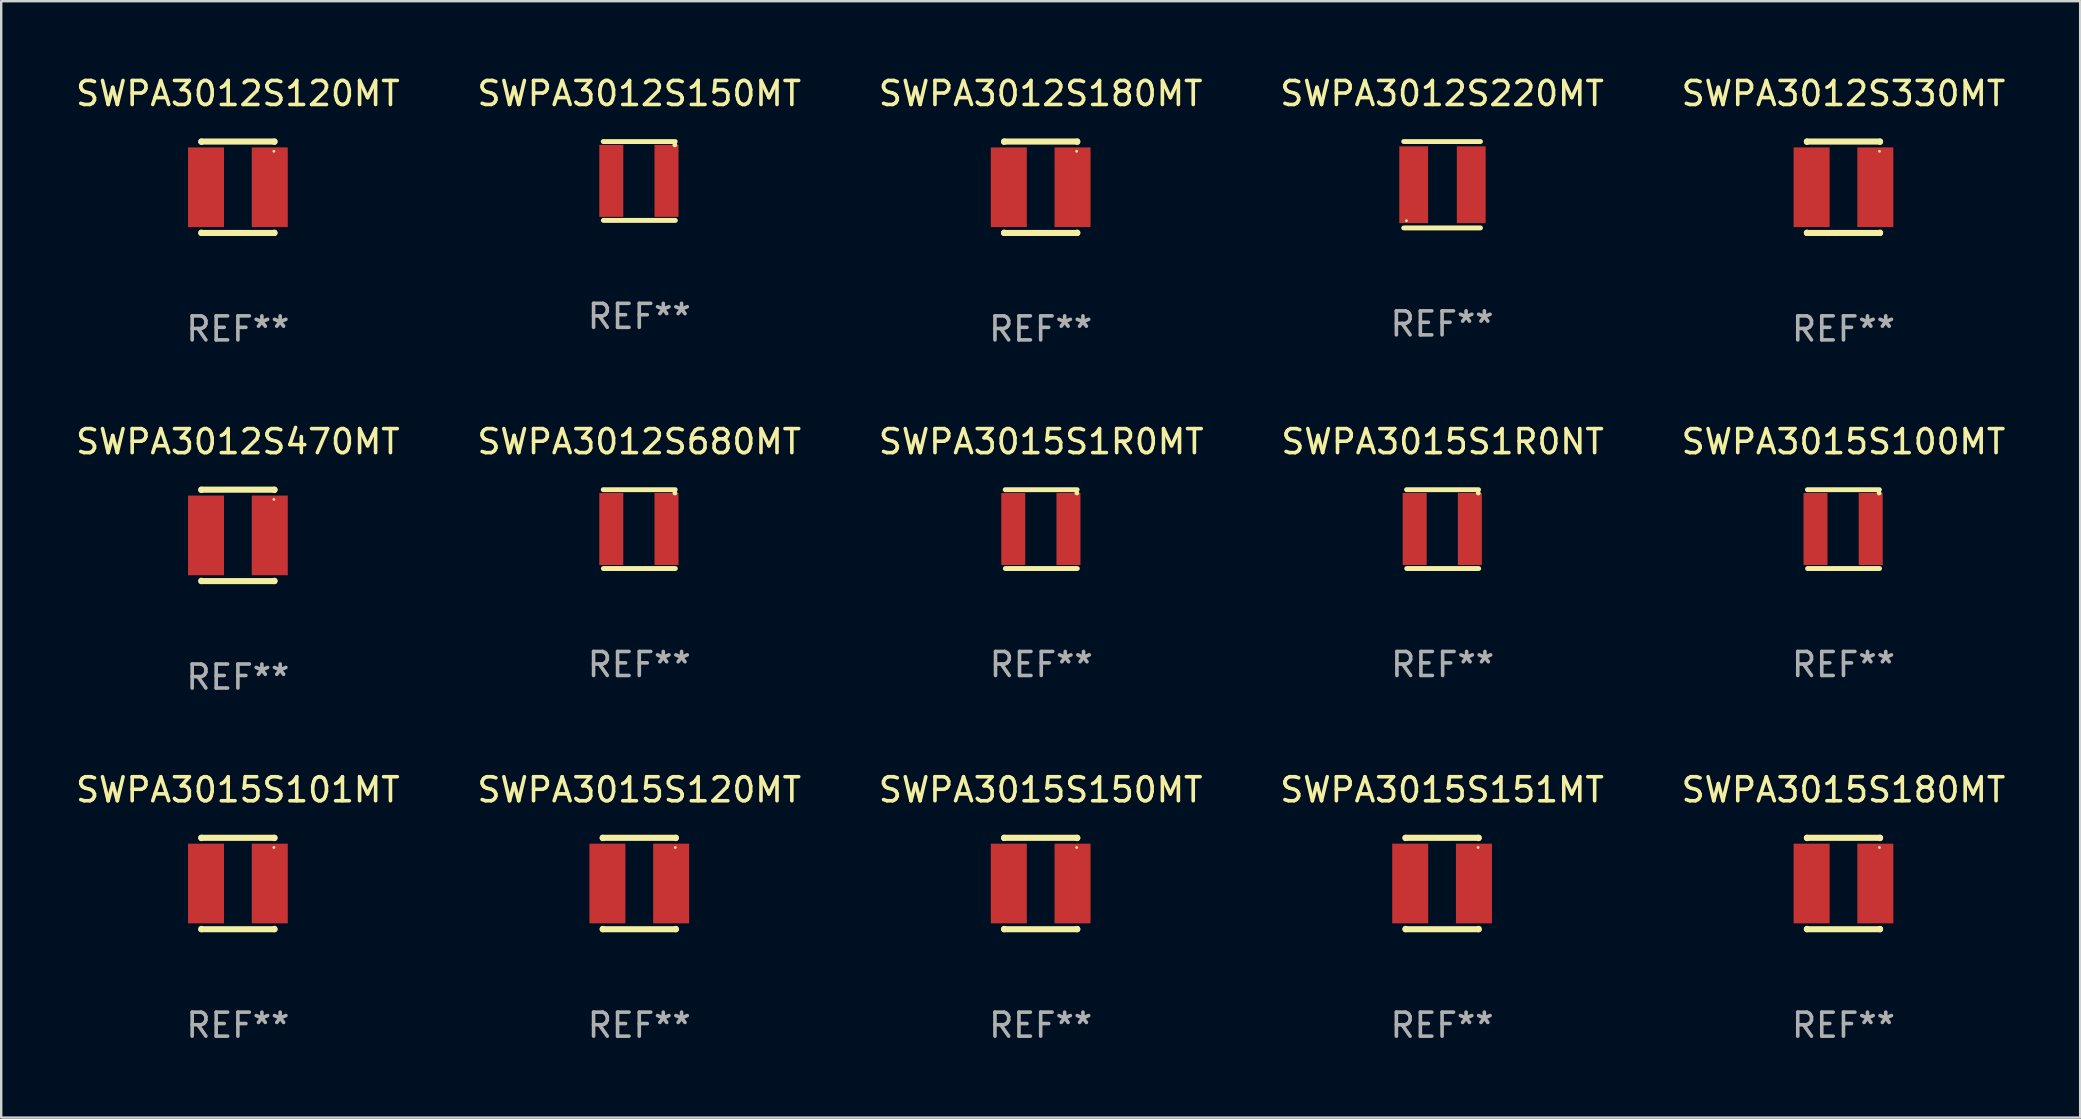
<source format=kicad_pcb>
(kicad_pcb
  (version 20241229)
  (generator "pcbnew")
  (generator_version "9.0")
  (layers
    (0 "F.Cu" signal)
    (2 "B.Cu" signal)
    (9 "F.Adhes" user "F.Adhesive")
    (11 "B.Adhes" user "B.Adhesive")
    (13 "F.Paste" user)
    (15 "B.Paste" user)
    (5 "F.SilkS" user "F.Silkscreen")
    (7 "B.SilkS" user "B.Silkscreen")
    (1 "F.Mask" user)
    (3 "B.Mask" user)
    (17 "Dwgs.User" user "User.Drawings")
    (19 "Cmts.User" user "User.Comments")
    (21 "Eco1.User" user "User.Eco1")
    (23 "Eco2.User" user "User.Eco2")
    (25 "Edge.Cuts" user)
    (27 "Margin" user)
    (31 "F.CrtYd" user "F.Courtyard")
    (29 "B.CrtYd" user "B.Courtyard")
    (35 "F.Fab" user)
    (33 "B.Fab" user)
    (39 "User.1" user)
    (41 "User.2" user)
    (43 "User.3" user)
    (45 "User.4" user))
  (footprint "SWPA3012S220MT"
    (layer "F.Cu")
    (at 57.042 4.648)
    (property "Reference" "SWPA3012S220MT" (at 0 -3.8 0) (layer "F.SilkS") (effects (font (size 1 1) (thickness 0.15))))
    (attr through_hole)
    (fp_line (start -1.6 -1.8) (end 1.6 -1.8) (stroke (width 0.203) (type solid)) (layer "F.SilkS"))
    (fp_line (start -1.6 1.8) (end 1.6 1.8) (stroke (width 0.203) (type solid)) (layer "F.SilkS"))
    (fp_circle (center -1.484 1.5) (end -1.454 1.5) (stroke (width 0.06) (type solid)) (fill no) (layer "F.SilkS"))
    (fp_text user "REF**" (at 0 5.8 0) (layer "F.Fab") (effects (font (size 1 1) (thickness 0.15))))
    (pad "1" smd rect (at -1.184 0 180) (size 1.2 3.2) (layers "F.Cu" "F.Mask" "F.Paste"))
    (pad "2" smd rect (at 1.215 0 180) (size 1.2 3.2) (layers "F.Cu" "F.Mask" "F.Paste")))
  (footprint "SWPA3015S101MT"
    (layer "F.Cu")
    (at 6.863 33.766)
    (property "Reference" "SWPA3015S101MT" (at 0 -3.905 0) (layer "F.SilkS") (effects (font (size 1 1) (thickness 0.15))))
    (attr through_hole)
    (fp_line (start -1.524 -1.905) (end 1.524 -1.905) (stroke (width 0.254) (type solid)) (layer "F.SilkS"))
    (fp_line (start -1.524 -1.891) (end -1.524 -1.905) (stroke (width 0.254) (type solid)) (layer "F.SilkS"))
    (fp_line (start -1.524 1.905) (end -1.524 1.891) (stroke (width 0.254) (type solid)) (layer "F.SilkS"))
    (fp_line (start -1.524 1.905) (end 1.524 1.905) (stroke (width 0.254) (type solid)) (layer "F.SilkS"))
    (fp_line (start 1.524 -1.905) (end 1.524 -1.891) (stroke (width 0.254) (type solid)) (layer "F.SilkS"))
    (fp_line (start 1.524 1.891) (end 1.524 1.905) (stroke (width 0.254) (type solid)) (layer "F.SilkS"))
    (fp_circle (center 1.5 -1.5) (end 1.53 -1.5) (stroke (width 0.06) (type solid)) (fill no) (layer "F.SilkS"))
    (fp_text user "REF**" (at 0 5.905 0) (layer "F.Fab") (effects (font (size 1 1) (thickness 0.15))))
    (pad "1" smd rect (at 1.328 0) (size 1.5 3.32) (layers "F.Cu" "F.Mask" "F.Paste"))
    (pad "2" smd rect (at -1.328 0) (size 1.5 3.32) (layers "F.Cu" "F.Mask" "F.Paste")))
  (footprint "SWPA3015S150MT"
    (layer "F.Cu")
    (at 40.315 33.766)
    (property "Reference" "SWPA3015S150MT" (at 0 -3.905 0) (layer "F.SilkS") (effects (font (size 1 1) (thickness 0.15))))
    (attr through_hole)
    (fp_line (start -1.524 -1.905) (end 1.524 -1.905) (stroke (width 0.254) (type solid)) (layer "F.SilkS"))
    (fp_line (start -1.524 -1.891) (end -1.524 -1.905) (stroke (width 0.254) (type solid)) (layer "F.SilkS"))
    (fp_line (start -1.524 1.905) (end -1.524 1.891) (stroke (width 0.254) (type solid)) (layer "F.SilkS"))
    (fp_line (start -1.524 1.905) (end 1.524 1.905) (stroke (width 0.254) (type solid)) (layer "F.SilkS"))
    (fp_line (start 1.524 -1.905) (end 1.524 -1.891) (stroke (width 0.254) (type solid)) (layer "F.SilkS"))
    (fp_line (start 1.524 1.891) (end 1.524 1.905) (stroke (width 0.254) (type solid)) (layer "F.SilkS"))
    (fp_circle (center 1.5 -1.5) (end 1.53 -1.5) (stroke (width 0.06) (type solid)) (fill no) (layer "F.SilkS"))
    (fp_text user "REF**" (at 0 5.905 0) (layer "F.Fab") (effects (font (size 1 1) (thickness 0.15))))
    (pad "1" smd rect (at 1.328 0) (size 1.5 3.32) (layers "F.Cu" "F.Mask" "F.Paste"))
    (pad "2" smd rect (at -1.328 0) (size 1.5 3.32) (layers "F.Cu" "F.Mask" "F.Paste")))
  (footprint "SWPA3012S180MT"
    (layer "F.Cu")
    (at 40.315 4.753)
    (property "Reference" "SWPA3012S180MT" (at 0 -3.905 0) (layer "F.SilkS") (effects (font (size 1 1) (thickness 0.15))))
    (attr through_hole)
    (fp_line (start -1.524 -1.905) (end 1.524 -1.905) (stroke (width 0.254) (type solid)) (layer "F.SilkS"))
    (fp_line (start -1.524 -1.891) (end -1.524 -1.905) (stroke (width 0.254) (type solid)) (layer "F.SilkS"))
    (fp_line (start -1.524 1.905) (end -1.524 1.891) (stroke (width 0.254) (type solid)) (layer "F.SilkS"))
    (fp_line (start -1.524 1.905) (end 1.524 1.905) (stroke (width 0.254) (type solid)) (layer "F.SilkS"))
    (fp_line (start 1.524 -1.905) (end 1.524 -1.891) (stroke (width 0.254) (type solid)) (layer "F.SilkS"))
    (fp_line (start 1.524 1.891) (end 1.524 1.905) (stroke (width 0.254) (type solid)) (layer "F.SilkS"))
    (fp_circle (center 1.5 -1.5) (end 1.53 -1.5) (stroke (width 0.06) (type solid)) (fill no) (layer "F.SilkS"))
    (fp_text user "REF**" (at 0 5.905 0) (layer "F.Fab") (effects (font (size 1 1) (thickness 0.15))))
    (pad "1" smd rect (at 1.328 0) (size 1.5 3.32) (layers "F.Cu" "F.Mask" "F.Paste"))
    (pad "2" smd rect (at -1.328 0) (size 1.5 3.32) (layers "F.Cu" "F.Mask" "F.Paste")))
  (footprint "SWPA3015S1R0NT"
    (layer "F.Cu")
    (at 57.065 18.998)
    (property "Reference" "SWPA3015S1R0NT" (at 0 -3.643 0) (layer "F.SilkS") (effects (font (size 1 1) (thickness 0.15))))
    (attr through_hole)
    (fp_line (start -1.503 -1.643) (end 1.497 -1.643) (stroke (width 0.203) (type solid)) (layer "F.SilkS"))
    (fp_line (start -1.497 1.643) (end 1.503 1.643) (stroke (width 0.203) (type solid)) (layer "F.SilkS"))
    (fp_circle (center 1.484 -1.504) (end 1.534 -1.504) (stroke (width 0.1) (type solid)) (fill no) (layer "F.SilkS"))
    (fp_text user "REF**" (at 0 5.643 0) (layer "F.Fab") (effects (font (size 1 1) (thickness 0.15))))
    (pad "1" smd rect (at 1.134 -0.004 180) (size 1 3) (layers "F.Cu" "F.Mask" "F.Paste"))
    (pad "2" smd rect (at -1.166 -0.004 180) (size 1 3) (layers "F.Cu" "F.Mask" "F.Paste")))
  (footprint "SWPA3015S180MT"
    (layer "F.Cu")
    (at 73.768 33.766)
    (property "Reference" "SWPA3015S180MT" (at 0 -3.905 0) (layer "F.SilkS") (effects (font (size 1 1) (thickness 0.15))))
    (attr through_hole)
    (fp_line (start -1.524 -1.905) (end 1.524 -1.905) (stroke (width 0.254) (type solid)) (layer "F.SilkS"))
    (fp_line (start -1.524 -1.891) (end -1.524 -1.905) (stroke (width 0.254) (type solid)) (layer "F.SilkS"))
    (fp_line (start -1.524 1.905) (end -1.524 1.891) (stroke (width 0.254) (type solid)) (layer "F.SilkS"))
    (fp_line (start -1.524 1.905) (end 1.524 1.905) (stroke (width 0.254) (type solid)) (layer "F.SilkS"))
    (fp_line (start 1.524 -1.905) (end 1.524 -1.891) (stroke (width 0.254) (type solid)) (layer "F.SilkS"))
    (fp_line (start 1.524 1.891) (end 1.524 1.905) (stroke (width 0.254) (type solid)) (layer "F.SilkS"))
    (fp_circle (center 1.5 -1.5) (end 1.53 -1.5) (stroke (width 0.06) (type solid)) (fill no) (layer "F.SilkS"))
    (fp_text user "REF**" (at 0 5.905 0) (layer "F.Fab") (effects (font (size 1 1) (thickness 0.15))))
    (pad "1" smd rect (at 1.328 0) (size 1.5 3.32) (layers "F.Cu" "F.Mask" "F.Paste"))
    (pad "2" smd rect (at -1.328 0) (size 1.5 3.32) (layers "F.Cu" "F.Mask" "F.Paste")))
  (footprint "SWPA3012S470MT"
    (layer "F.Cu")
    (at 6.863 19.26)
    (property "Reference" "SWPA3012S470MT" (at 0 -3.905 0) (layer "F.SilkS") (effects (font (size 1 1) (thickness 0.15))))
    (attr through_hole)
    (fp_line (start -1.524 -1.905) (end 1.524 -1.905) (stroke (width 0.254) (type solid)) (layer "F.SilkS"))
    (fp_line (start -1.524 -1.891) (end -1.524 -1.905) (stroke (width 0.254) (type solid)) (layer "F.SilkS"))
    (fp_line (start -1.524 1.905) (end -1.524 1.891) (stroke (width 0.254) (type solid)) (layer "F.SilkS"))
    (fp_line (start -1.524 1.905) (end 1.524 1.905) (stroke (width 0.254) (type solid)) (layer "F.SilkS"))
    (fp_line (start 1.524 -1.905) (end 1.524 -1.891) (stroke (width 0.254) (type solid)) (layer "F.SilkS"))
    (fp_line (start 1.524 1.891) (end 1.524 1.905) (stroke (width 0.254) (type solid)) (layer "F.SilkS"))
    (fp_circle (center 1.5 -1.5) (end 1.53 -1.5) (stroke (width 0.06) (type solid)) (fill no) (layer "F.SilkS"))
    (fp_text user "REF**" (at 0 5.905 0) (layer "F.Fab") (effects (font (size 1 1) (thickness 0.15))))
    (pad "1" smd rect (at 1.328 0) (size 1.5 3.32) (layers "F.Cu" "F.Mask" "F.Paste"))
    (pad "2" smd rect (at -1.328 0) (size 1.5 3.32) (layers "F.Cu" "F.Mask" "F.Paste")))
  (footprint "SWPA3015S100MT"
    (layer "F.Cu")
    (at 73.768 18.998)
    (property "Reference" "SWPA3015S100MT" (at 0 -3.643 0) (layer "F.SilkS") (effects (font (size 1 1) (thickness 0.15))))
    (attr through_hole)
    (fp_line (start -1.503 -1.643) (end 1.497 -1.643) (stroke (width 0.203) (type solid)) (layer "F.SilkS"))
    (fp_line (start -1.497 1.643) (end 1.503 1.643) (stroke (width 0.203) (type solid)) (layer "F.SilkS"))
    (fp_circle (center 1.484 -1.504) (end 1.534 -1.504) (stroke (width 0.1) (type solid)) (fill no) (layer "F.SilkS"))
    (fp_text user "REF**" (at 0 5.643 0) (layer "F.Fab") (effects (font (size 1 1) (thickness 0.15))))
    (pad "1" smd rect (at 1.134 -0.004 180) (size 1 3) (layers "F.Cu" "F.Mask" "F.Paste"))
    (pad "2" smd rect (at -1.166 -0.004 180) (size 1 3) (layers "F.Cu" "F.Mask" "F.Paste")))
  (footprint "SWPA3012S120MT"
    (layer "F.Cu")
    (at 6.863 4.753)
    (property "Reference" "SWPA3012S120MT" (at 0 -3.905 0) (layer "F.SilkS") (effects (font (size 1 1) (thickness 0.15))))
    (attr through_hole)
    (fp_line (start -1.524 -1.905) (end 1.524 -1.905) (stroke (width 0.254) (type solid)) (layer "F.SilkS"))
    (fp_line (start -1.524 -1.891) (end -1.524 -1.905) (stroke (width 0.254) (type solid)) (layer "F.SilkS"))
    (fp_line (start -1.524 1.905) (end -1.524 1.891) (stroke (width 0.254) (type solid)) (layer "F.SilkS"))
    (fp_line (start -1.524 1.905) (end 1.524 1.905) (stroke (width 0.254) (type solid)) (layer "F.SilkS"))
    (fp_line (start 1.524 -1.905) (end 1.524 -1.891) (stroke (width 0.254) (type solid)) (layer "F.SilkS"))
    (fp_line (start 1.524 1.891) (end 1.524 1.905) (stroke (width 0.254) (type solid)) (layer "F.SilkS"))
    (fp_circle (center 1.5 -1.5) (end 1.53 -1.5) (stroke (width 0.06) (type solid)) (fill no) (layer "F.SilkS"))
    (fp_text user "REF**" (at 0 5.905 0) (layer "F.Fab") (effects (font (size 1 1) (thickness 0.15))))
    (pad "1" smd rect (at 1.328 0) (size 1.5 3.32) (layers "F.Cu" "F.Mask" "F.Paste"))
    (pad "2" smd rect (at -1.328 0) (size 1.5 3.32) (layers "F.Cu" "F.Mask" "F.Paste")))
  (footprint "SWPA3015S1R0MT"
    (layer "F.Cu")
    (at 40.339 18.998)
    (property "Reference" "SWPA3015S1R0MT" (at 0 -3.643 0) (layer "F.SilkS") (effects (font (size 1 1) (thickness 0.15))))
    (attr through_hole)
    (fp_line (start -1.503 -1.643) (end 1.497 -1.643) (stroke (width 0.203) (type solid)) (layer "F.SilkS"))
    (fp_line (start -1.497 1.643) (end 1.503 1.643) (stroke (width 0.203) (type solid)) (layer "F.SilkS"))
    (fp_circle (center 1.484 -1.504) (end 1.534 -1.504) (stroke (width 0.1) (type solid)) (fill no) (layer "F.SilkS"))
    (fp_text user "REF**" (at 0 5.643 0) (layer "F.Fab") (effects (font (size 1 1) (thickness 0.15))))
    (pad "1" smd rect (at 1.134 -0.004 180) (size 1 3) (layers "F.Cu" "F.Mask" "F.Paste"))
    (pad "2" smd rect (at -1.166 -0.004 180) (size 1 3) (layers "F.Cu" "F.Mask" "F.Paste")))
  (footprint "SWPA3012S150MT"
    (layer "F.Cu")
    (at 23.589 4.491)
    (property "Reference" "SWPA3012S150MT" (at 0 -3.643 0) (layer "F.SilkS") (effects (font (size 1 1) (thickness 0.15))))
    (attr through_hole)
    (fp_line (start -1.503 -1.643) (end 1.497 -1.643) (stroke (width 0.203) (type solid)) (layer "F.SilkS"))
    (fp_line (start -1.497 1.643) (end 1.503 1.643) (stroke (width 0.203) (type solid)) (layer "F.SilkS"))
    (fp_circle (center 1.484 -1.504) (end 1.534 -1.504) (stroke (width 0.1) (type solid)) (fill no) (layer "F.SilkS"))
    (fp_text user "REF**" (at 0 5.643 0) (layer "F.Fab") (effects (font (size 1 1) (thickness 0.15))))
    (pad "1" smd rect (at 1.134 -0.004 180) (size 1 3) (layers "F.Cu" "F.Mask" "F.Paste"))
    (pad "2" smd rect (at -1.166 -0.004 180) (size 1 3) (layers "F.Cu" "F.Mask" "F.Paste")))
  (footprint "SWPA3015S120MT"
    (layer "F.Cu")
    (at 23.589 33.766)
    (property "Reference" "SWPA3015S120MT" (at 0 -3.905 0) (layer "F.SilkS") (effects (font (size 1 1) (thickness 0.15))))
    (attr through_hole)
    (fp_line (start -1.524 -1.905) (end 1.524 -1.905) (stroke (width 0.254) (type solid)) (layer "F.SilkS"))
    (fp_line (start -1.524 -1.891) (end -1.524 -1.905) (stroke (width 0.254) (type solid)) (layer "F.SilkS"))
    (fp_line (start -1.524 1.905) (end -1.524 1.891) (stroke (width 0.254) (type solid)) (layer "F.SilkS"))
    (fp_line (start -1.524 1.905) (end 1.524 1.905) (stroke (width 0.254) (type solid)) (layer "F.SilkS"))
    (fp_line (start 1.524 -1.905) (end 1.524 -1.891) (stroke (width 0.254) (type solid)) (layer "F.SilkS"))
    (fp_line (start 1.524 1.891) (end 1.524 1.905) (stroke (width 0.254) (type solid)) (layer "F.SilkS"))
    (fp_circle (center 1.5 -1.5) (end 1.53 -1.5) (stroke (width 0.06) (type solid)) (fill no) (layer "F.SilkS"))
    (fp_text user "REF**" (at 0 5.905 0) (layer "F.Fab") (effects (font (size 1 1) (thickness 0.15))))
    (pad "1" smd rect (at 1.328 0) (size 1.5 3.32) (layers "F.Cu" "F.Mask" "F.Paste"))
    (pad "2" smd rect (at -1.328 0) (size 1.5 3.32) (layers "F.Cu" "F.Mask" "F.Paste")))
  (footprint "SWPA3015S151MT"
    (layer "F.Cu")
    (at 57.042 33.766)
    (property "Reference" "SWPA3015S151MT" (at 0 -3.905 0) (layer "F.SilkS") (effects (font (size 1 1) (thickness 0.15))))
    (attr through_hole)
    (fp_line (start -1.524 -1.905) (end 1.524 -1.905) (stroke (width 0.254) (type solid)) (layer "F.SilkS"))
    (fp_line (start -1.524 -1.891) (end -1.524 -1.905) (stroke (width 0.254) (type solid)) (layer "F.SilkS"))
    (fp_line (start -1.524 1.905) (end -1.524 1.891) (stroke (width 0.254) (type solid)) (layer "F.SilkS"))
    (fp_line (start -1.524 1.905) (end 1.524 1.905) (stroke (width 0.254) (type solid)) (layer "F.SilkS"))
    (fp_line (start 1.524 -1.905) (end 1.524 -1.891) (stroke (width 0.254) (type solid)) (layer "F.SilkS"))
    (fp_line (start 1.524 1.891) (end 1.524 1.905) (stroke (width 0.254) (type solid)) (layer "F.SilkS"))
    (fp_circle (center 1.5 -1.5) (end 1.53 -1.5) (stroke (width 0.06) (type solid)) (fill no) (layer "F.SilkS"))
    (fp_text user "REF**" (at 0 5.905 0) (layer "F.Fab") (effects (font (size 1 1) (thickness 0.15))))
    (pad "1" smd rect (at 1.328 0) (size 1.5 3.32) (layers "F.Cu" "F.Mask" "F.Paste"))
    (pad "2" smd rect (at -1.328 0) (size 1.5 3.32) (layers "F.Cu" "F.Mask" "F.Paste")))
  (footprint "SWPA3012S330MT"
    (layer "F.Cu")
    (at 73.768 4.753)
    (property "Reference" "SWPA3012S330MT" (at 0 -3.905 0) (layer "F.SilkS") (effects (font (size 1 1) (thickness 0.15))))
    (attr through_hole)
    (fp_line (start -1.524 -1.905) (end 1.524 -1.905) (stroke (width 0.254) (type solid)) (layer "F.SilkS"))
    (fp_line (start -1.524 -1.891) (end -1.524 -1.905) (stroke (width 0.254) (type solid)) (layer "F.SilkS"))
    (fp_line (start -1.524 1.905) (end -1.524 1.891) (stroke (width 0.254) (type solid)) (layer "F.SilkS"))
    (fp_line (start -1.524 1.905) (end 1.524 1.905) (stroke (width 0.254) (type solid)) (layer "F.SilkS"))
    (fp_line (start 1.524 -1.905) (end 1.524 -1.891) (stroke (width 0.254) (type solid)) (layer "F.SilkS"))
    (fp_line (start 1.524 1.891) (end 1.524 1.905) (stroke (width 0.254) (type solid)) (layer "F.SilkS"))
    (fp_circle (center 1.5 -1.5) (end 1.53 -1.5) (stroke (width 0.06) (type solid)) (fill no) (layer "F.SilkS"))
    (fp_text user "REF**" (at 0 5.905 0) (layer "F.Fab") (effects (font (size 1 1) (thickness 0.15))))
    (pad "1" smd rect (at 1.328 0) (size 1.5 3.32) (layers "F.Cu" "F.Mask" "F.Paste"))
    (pad "2" smd rect (at -1.328 0) (size 1.5 3.32) (layers "F.Cu" "F.Mask" "F.Paste")))
  (footprint "SWPA3012S680MT"
    (layer "F.Cu")
    (at 23.589 18.998)
    (property "Reference" "SWPA3012S680MT" (at 0 -3.643 0) (layer "F.SilkS") (effects (font (size 1 1) (thickness 0.15))))
    (attr through_hole)
    (fp_line (start -1.503 -1.643) (end 1.497 -1.643) (stroke (width 0.203) (type solid)) (layer "F.SilkS"))
    (fp_line (start -1.497 1.643) (end 1.503 1.643) (stroke (width 0.203) (type solid)) (layer "F.SilkS"))
    (fp_circle (center 1.484 -1.504) (end 1.534 -1.504) (stroke (width 0.1) (type solid)) (fill no) (layer "F.SilkS"))
    (fp_text user "REF**" (at 0 5.643 0) (layer "F.Fab") (effects (font (size 1 1) (thickness 0.15))))
    (pad "1" smd rect (at 1.134 -0.004 180) (size 1 3) (layers "F.Cu" "F.Mask" "F.Paste"))
    (pad "2" smd rect (at -1.166 -0.004 180) (size 1 3) (layers "F.Cu" "F.Mask" "F.Paste")))
  (gr_rect
    (start -3 -3)
    (end 83.631 43.52)
    (stroke (width 0.1) (type default))
    (fill no)
    (layer "Edge.Cuts")))
</source>
